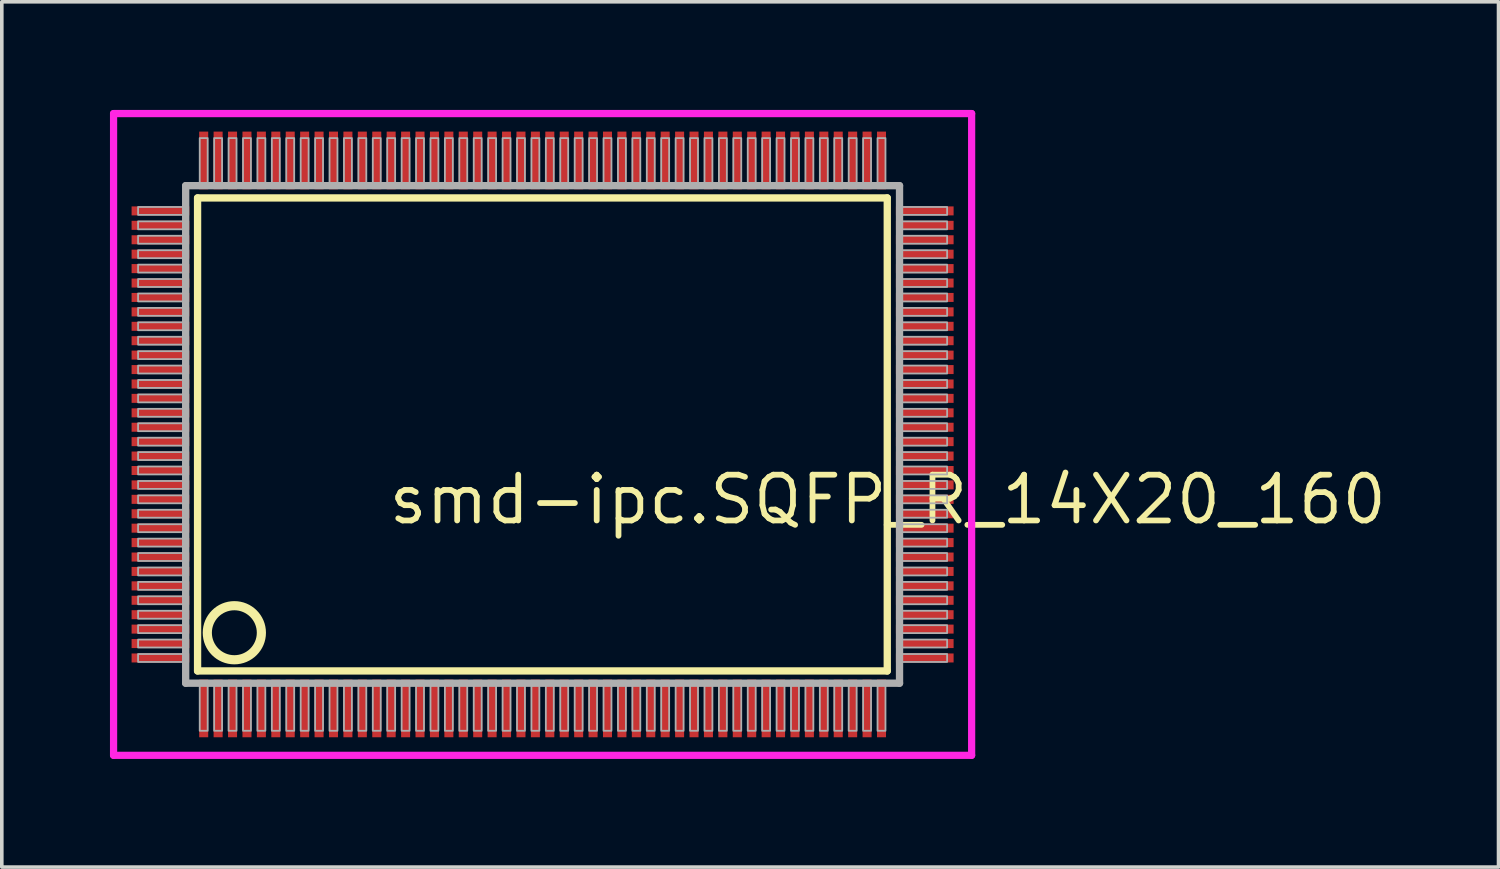
<source format=kicad_pcb>
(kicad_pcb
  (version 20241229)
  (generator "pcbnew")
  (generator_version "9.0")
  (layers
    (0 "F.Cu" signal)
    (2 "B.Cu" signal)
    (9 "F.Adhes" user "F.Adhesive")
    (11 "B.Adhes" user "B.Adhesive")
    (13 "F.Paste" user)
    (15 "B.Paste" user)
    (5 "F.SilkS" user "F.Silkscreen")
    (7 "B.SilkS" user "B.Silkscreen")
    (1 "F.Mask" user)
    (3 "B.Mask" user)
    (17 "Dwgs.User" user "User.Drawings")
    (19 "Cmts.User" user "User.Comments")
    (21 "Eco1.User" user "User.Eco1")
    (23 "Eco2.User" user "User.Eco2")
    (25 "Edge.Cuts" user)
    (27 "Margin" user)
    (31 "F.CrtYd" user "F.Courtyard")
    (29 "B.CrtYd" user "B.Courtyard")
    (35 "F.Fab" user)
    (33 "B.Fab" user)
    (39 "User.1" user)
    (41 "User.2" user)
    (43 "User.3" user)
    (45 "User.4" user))
  (footprint "smd-ipc.SQFP_R_14X20_160"
    (layer "F.Cu")
    (at 12 9)
    (property "Reference" "smd-ipc.SQFP_R_14X20_160" (at -4.35 2.55 0) (layer "F.SilkS") (effects (font (size 1.27 1.27) (thickness 0.16)) (justify left bottom)))
    (attr smd)
    (fp_line (start -9.57 -6.56) (end 9.56 -6.56) (stroke (width 0.203) (type default)) (layer "F.SilkS"))
    (fp_line (start -9.57 6.56) (end -9.57 -6.56) (stroke (width 0.203) (type default)) (layer "F.SilkS"))
    (fp_line (start 9.56 -6.56) (end 9.56 6.56) (stroke (width 0.203) (type default)) (layer "F.SilkS"))
    (fp_line (start 9.56 6.56) (end -9.57 6.56) (stroke (width 0.203) (type default)) (layer "F.SilkS"))
    (fp_circle (center -8.55 5.5) (end -7.8 5.5) (stroke (width 0.254) (type default)) (fill no) (layer "F.SilkS"))
    (fp_line (start -11.9 -8.9) (end 11.9 -8.9) (stroke (width 0.2) (type default)) (layer "F.CrtYd"))
    (fp_line (start -11.9 8.9) (end -11.9 -8.9) (stroke (width 0.2) (type default)) (layer "F.CrtYd"))
    (fp_line (start 11.9 -8.9) (end 11.9 8.9) (stroke (width 0.2) (type default)) (layer "F.CrtYd"))
    (fp_line (start 11.9 8.9) (end -11.9 8.9) (stroke (width 0.2) (type default)) (layer "F.CrtYd"))
    (fp_line (start -9.9 -6.9) (end -9.9 6.9) (stroke (width 0.203) (type default)) (layer "F.Fab"))
    (fp_line (start -9.9 6.9) (end 9.9 6.9) (stroke (width 0.203) (type default)) (layer "F.Fab"))
    (fp_line (start 9.9 -6.9) (end -9.9 -6.9) (stroke (width 0.203) (type default)) (layer "F.Fab"))
    (fp_line (start 9.9 6.9) (end 9.9 -6.9) (stroke (width 0.203) (type default)) (layer "F.Fab"))
    (fp_rect (start -11.22 -6.09) (end -9.95 -6.31) (stroke (width 0.05) (type default)) (fill no) (layer "F.Fab"))
    (fp_rect (start -11.22 -5.69) (end -9.95 -5.91) (stroke (width 0.05) (type default)) (fill no) (layer "F.Fab"))
    (fp_rect (start -11.22 -5.29) (end -9.95 -5.51) (stroke (width 0.05) (type default)) (fill no) (layer "F.Fab"))
    (fp_rect (start -11.22 -4.89) (end -9.95 -5.11) (stroke (width 0.05) (type default)) (fill no) (layer "F.Fab"))
    (fp_rect (start -11.22 -4.49) (end -9.95 -4.71) (stroke (width 0.05) (type default)) (fill no) (layer "F.Fab"))
    (fp_rect (start -11.22 -4.09) (end -9.95 -4.31) (stroke (width 0.05) (type default)) (fill no) (layer "F.Fab"))
    (fp_rect (start -11.22 -3.69) (end -9.95 -3.91) (stroke (width 0.05) (type default)) (fill no) (layer "F.Fab"))
    (fp_rect (start -11.22 -3.29) (end -9.95 -3.51) (stroke (width 0.05) (type default)) (fill no) (layer "F.Fab"))
    (fp_rect (start -11.22 -2.89) (end -9.95 -3.11) (stroke (width 0.05) (type default)) (fill no) (layer "F.Fab"))
    (fp_rect (start -11.22 -2.49) (end -9.95 -2.71) (stroke (width 0.05) (type default)) (fill no) (layer "F.Fab"))
    (fp_rect (start -11.22 -2.09) (end -9.95 -2.31) (stroke (width 0.05) (type default)) (fill no) (layer "F.Fab"))
    (fp_rect (start -11.22 -1.69) (end -9.95 -1.91) (stroke (width 0.05) (type default)) (fill no) (layer "F.Fab"))
    (fp_rect (start -11.22 -1.29) (end -9.95 -1.51) (stroke (width 0.05) (type default)) (fill no) (layer "F.Fab"))
    (fp_rect (start -11.22 -0.89) (end -9.95 -1.11) (stroke (width 0.05) (type default)) (fill no) (layer "F.Fab"))
    (fp_rect (start -11.22 -0.49) (end -9.95 -0.71) (stroke (width 0.05) (type default)) (fill no) (layer "F.Fab"))
    (fp_rect (start -11.22 -0.09) (end -9.95 -0.31) (stroke (width 0.05) (type default)) (fill no) (layer "F.Fab"))
    (fp_rect (start -11.22 0.31) (end -9.95 0.09) (stroke (width 0.05) (type default)) (fill no) (layer "F.Fab"))
    (fp_rect (start -11.22 0.71) (end -9.95 0.49) (stroke (width 0.05) (type default)) (fill no) (layer "F.Fab"))
    (fp_rect (start -11.22 1.11) (end -9.95 0.89) (stroke (width 0.05) (type default)) (fill no) (layer "F.Fab"))
    (fp_rect (start -11.22 1.51) (end -9.95 1.29) (stroke (width 0.05) (type default)) (fill no) (layer "F.Fab"))
    (fp_rect (start -11.22 1.91) (end -9.95 1.69) (stroke (width 0.05) (type default)) (fill no) (layer "F.Fab"))
    (fp_rect (start -11.22 2.31) (end -9.95 2.09) (stroke (width 0.05) (type default)) (fill no) (layer "F.Fab"))
    (fp_rect (start -11.22 2.71) (end -9.95 2.49) (stroke (width 0.05) (type default)) (fill no) (layer "F.Fab"))
    (fp_rect (start -11.22 3.11) (end -9.95 2.89) (stroke (width 0.05) (type default)) (fill no) (layer "F.Fab"))
    (fp_rect (start -11.22 3.51) (end -9.95 3.29) (stroke (width 0.05) (type default)) (fill no) (layer "F.Fab"))
    (fp_rect (start -11.22 3.91) (end -9.95 3.69) (stroke (width 0.05) (type default)) (fill no) (layer "F.Fab"))
    (fp_rect (start -11.22 4.31) (end -9.95 4.09) (stroke (width 0.05) (type default)) (fill no) (layer "F.Fab"))
    (fp_rect (start -11.22 4.71) (end -9.95 4.49) (stroke (width 0.05) (type default)) (fill no) (layer "F.Fab"))
    (fp_rect (start -11.22 5.11) (end -9.95 4.89) (stroke (width 0.05) (type default)) (fill no) (layer "F.Fab"))
    (fp_rect (start -11.22 5.51) (end -9.95 5.29) (stroke (width 0.05) (type default)) (fill no) (layer "F.Fab"))
    (fp_rect (start -11.22 5.91) (end -9.95 5.69) (stroke (width 0.05) (type default)) (fill no) (layer "F.Fab"))
    (fp_rect (start -11.22 6.31) (end -9.95 6.09) (stroke (width 0.05) (type default)) (fill no) (layer "F.Fab"))
    (fp_rect (start -9.51 -6.95) (end -9.29 -8.22) (stroke (width 0.05) (type default)) (fill no) (layer "F.Fab"))
    (fp_rect (start -9.51 8.22) (end -9.29 6.95) (stroke (width 0.05) (type default)) (fill no) (layer "F.Fab"))
    (fp_rect (start -9.11 -6.95) (end -8.89 -8.22) (stroke (width 0.05) (type default)) (fill no) (layer "F.Fab"))
    (fp_rect (start -9.11 8.22) (end -8.89 6.95) (stroke (width 0.05) (type default)) (fill no) (layer "F.Fab"))
    (fp_rect (start -8.71 -6.95) (end -8.49 -8.22) (stroke (width 0.05) (type default)) (fill no) (layer "F.Fab"))
    (fp_rect (start -8.71 8.22) (end -8.49 6.95) (stroke (width 0.05) (type default)) (fill no) (layer "F.Fab"))
    (fp_rect (start -8.31 -6.95) (end -8.09 -8.22) (stroke (width 0.05) (type default)) (fill no) (layer "F.Fab"))
    (fp_rect (start -8.31 8.22) (end -8.09 6.95) (stroke (width 0.05) (type default)) (fill no) (layer "F.Fab"))
    (fp_rect (start -7.91 -6.95) (end -7.69 -8.22) (stroke (width 0.05) (type default)) (fill no) (layer "F.Fab"))
    (fp_rect (start -7.91 8.22) (end -7.69 6.95) (stroke (width 0.05) (type default)) (fill no) (layer "F.Fab"))
    (fp_rect (start -7.51 -6.95) (end -7.29 -8.22) (stroke (width 0.05) (type default)) (fill no) (layer "F.Fab"))
    (fp_rect (start -7.51 8.22) (end -7.29 6.95) (stroke (width 0.05) (type default)) (fill no) (layer "F.Fab"))
    (fp_rect (start -7.11 -6.95) (end -6.89 -8.22) (stroke (width 0.05) (type default)) (fill no) (layer "F.Fab"))
    (fp_rect (start -7.11 8.22) (end -6.89 6.95) (stroke (width 0.05) (type default)) (fill no) (layer "F.Fab"))
    (fp_rect (start -6.71 -6.95) (end -6.49 -8.22) (stroke (width 0.05) (type default)) (fill no) (layer "F.Fab"))
    (fp_rect (start -6.71 8.22) (end -6.49 6.95) (stroke (width 0.05) (type default)) (fill no) (layer "F.Fab"))
    (fp_rect (start -6.31 -6.95) (end -6.09 -8.22) (stroke (width 0.05) (type default)) (fill no) (layer "F.Fab"))
    (fp_rect (start -6.31 8.22) (end -6.09 6.95) (stroke (width 0.05) (type default)) (fill no) (layer "F.Fab"))
    (fp_rect (start -5.91 -6.95) (end -5.69 -8.22) (stroke (width 0.05) (type default)) (fill no) (layer "F.Fab"))
    (fp_rect (start -5.91 8.22) (end -5.69 6.95) (stroke (width 0.05) (type default)) (fill no) (layer "F.Fab"))
    (fp_rect (start -5.51 -6.95) (end -5.29 -8.22) (stroke (width 0.05) (type default)) (fill no) (layer "F.Fab"))
    (fp_rect (start -5.51 8.22) (end -5.29 6.95) (stroke (width 0.05) (type default)) (fill no) (layer "F.Fab"))
    (fp_rect (start -5.11 -6.95) (end -4.89 -8.22) (stroke (width 0.05) (type default)) (fill no) (layer "F.Fab"))
    (fp_rect (start -5.11 8.22) (end -4.89 6.95) (stroke (width 0.05) (type default)) (fill no) (layer "F.Fab"))
    (fp_rect (start -4.71 -6.95) (end -4.49 -8.22) (stroke (width 0.05) (type default)) (fill no) (layer "F.Fab"))
    (fp_rect (start -4.71 8.22) (end -4.49 6.95) (stroke (width 0.05) (type default)) (fill no) (layer "F.Fab"))
    (fp_rect (start -4.31 -6.95) (end -4.09 -8.22) (stroke (width 0.05) (type default)) (fill no) (layer "F.Fab"))
    (fp_rect (start -4.31 8.22) (end -4.09 6.95) (stroke (width 0.05) (type default)) (fill no) (layer "F.Fab"))
    (fp_rect (start -3.91 -6.95) (end -3.69 -8.22) (stroke (width 0.05) (type default)) (fill no) (layer "F.Fab"))
    (fp_rect (start -3.91 8.22) (end -3.69 6.95) (stroke (width 0.05) (type default)) (fill no) (layer "F.Fab"))
    (fp_rect (start -3.51 -6.95) (end -3.29 -8.22) (stroke (width 0.05) (type default)) (fill no) (layer "F.Fab"))
    (fp_rect (start -3.51 8.22) (end -3.29 6.95) (stroke (width 0.05) (type default)) (fill no) (layer "F.Fab"))
    (fp_rect (start -3.11 -6.95) (end -2.89 -8.22) (stroke (width 0.05) (type default)) (fill no) (layer "F.Fab"))
    (fp_rect (start -3.11 8.22) (end -2.89 6.95) (stroke (width 0.05) (type default)) (fill no) (layer "F.Fab"))
    (fp_rect (start -2.71 -6.95) (end -2.49 -8.22) (stroke (width 0.05) (type default)) (fill no) (layer "F.Fab"))
    (fp_rect (start -2.71 8.22) (end -2.49 6.95) (stroke (width 0.05) (type default)) (fill no) (layer "F.Fab"))
    (fp_rect (start -2.31 -6.95) (end -2.09 -8.22) (stroke (width 0.05) (type default)) (fill no) (layer "F.Fab"))
    (fp_rect (start -2.31 8.22) (end -2.09 6.95) (stroke (width 0.05) (type default)) (fill no) (layer "F.Fab"))
    (fp_rect (start -1.91 -6.95) (end -1.69 -8.22) (stroke (width 0.05) (type default)) (fill no) (layer "F.Fab"))
    (fp_rect (start -1.91 8.22) (end -1.69 6.95) (stroke (width 0.05) (type default)) (fill no) (layer "F.Fab"))
    (fp_rect (start -1.51 -6.95) (end -1.29 -8.22) (stroke (width 0.05) (type default)) (fill no) (layer "F.Fab"))
    (fp_rect (start -1.51 8.22) (end -1.29 6.95) (stroke (width 0.05) (type default)) (fill no) (layer "F.Fab"))
    (fp_rect (start -1.11 -6.95) (end -0.89 -8.22) (stroke (width 0.05) (type default)) (fill no) (layer "F.Fab"))
    (fp_rect (start -1.11 8.22) (end -0.89 6.95) (stroke (width 0.05) (type default)) (fill no) (layer "F.Fab"))
    (fp_rect (start -0.71 -6.95) (end -0.49 -8.22) (stroke (width 0.05) (type default)) (fill no) (layer "F.Fab"))
    (fp_rect (start -0.71 8.22) (end -0.49 6.95) (stroke (width 0.05) (type default)) (fill no) (layer "F.Fab"))
    (fp_rect (start -0.31 -6.95) (end -0.09 -8.22) (stroke (width 0.05) (type default)) (fill no) (layer "F.Fab"))
    (fp_rect (start -0.31 8.22) (end -0.09 6.95) (stroke (width 0.05) (type default)) (fill no) (layer "F.Fab"))
    (fp_rect (start 0.09 -6.95) (end 0.31 -8.22) (stroke (width 0.05) (type default)) (fill no) (layer "F.Fab"))
    (fp_rect (start 0.09 8.22) (end 0.31 6.95) (stroke (width 0.05) (type default)) (fill no) (layer "F.Fab"))
    (fp_rect (start 0.49 -6.95) (end 0.71 -8.22) (stroke (width 0.05) (type default)) (fill no) (layer "F.Fab"))
    (fp_rect (start 0.49 8.22) (end 0.71 6.95) (stroke (width 0.05) (type default)) (fill no) (layer "F.Fab"))
    (fp_rect (start 0.89 -6.95) (end 1.11 -8.22) (stroke (width 0.05) (type default)) (fill no) (layer "F.Fab"))
    (fp_rect (start 0.89 8.22) (end 1.11 6.95) (stroke (width 0.05) (type default)) (fill no) (layer "F.Fab"))
    (fp_rect (start 1.29 -6.95) (end 1.51 -8.22) (stroke (width 0.05) (type default)) (fill no) (layer "F.Fab"))
    (fp_rect (start 1.29 8.22) (end 1.51 6.95) (stroke (width 0.05) (type default)) (fill no) (layer "F.Fab"))
    (fp_rect (start 1.69 -6.95) (end 1.91 -8.22) (stroke (width 0.05) (type default)) (fill no) (layer "F.Fab"))
    (fp_rect (start 1.69 8.22) (end 1.91 6.95) (stroke (width 0.05) (type default)) (fill no) (layer "F.Fab"))
    (fp_rect (start 2.09 -6.95) (end 2.31 -8.22) (stroke (width 0.05) (type default)) (fill no) (layer "F.Fab"))
    (fp_rect (start 2.09 8.22) (end 2.31 6.95) (stroke (width 0.05) (type default)) (fill no) (layer "F.Fab"))
    (fp_rect (start 2.49 -6.95) (end 2.71 -8.22) (stroke (width 0.05) (type default)) (fill no) (layer "F.Fab"))
    (fp_rect (start 2.49 8.22) (end 2.71 6.95) (stroke (width 0.05) (type default)) (fill no) (layer "F.Fab"))
    (fp_rect (start 2.89 -6.95) (end 3.11 -8.22) (stroke (width 0.05) (type default)) (fill no) (layer "F.Fab"))
    (fp_rect (start 2.89 8.22) (end 3.11 6.95) (stroke (width 0.05) (type default)) (fill no) (layer "F.Fab"))
    (fp_rect (start 3.29 -6.95) (end 3.51 -8.22) (stroke (width 0.05) (type default)) (fill no) (layer "F.Fab"))
    (fp_rect (start 3.29 8.22) (end 3.51 6.95) (stroke (width 0.05) (type default)) (fill no) (layer "F.Fab"))
    (fp_rect (start 3.69 -6.95) (end 3.91 -8.22) (stroke (width 0.05) (type default)) (fill no) (layer "F.Fab"))
    (fp_rect (start 3.69 8.22) (end 3.91 6.95) (stroke (width 0.05) (type default)) (fill no) (layer "F.Fab"))
    (fp_rect (start 4.09 -6.95) (end 4.31 -8.22) (stroke (width 0.05) (type default)) (fill no) (layer "F.Fab"))
    (fp_rect (start 4.09 8.22) (end 4.31 6.95) (stroke (width 0.05) (type default)) (fill no) (layer "F.Fab"))
    (fp_rect (start 4.49 -6.95) (end 4.71 -8.22) (stroke (width 0.05) (type default)) (fill no) (layer "F.Fab"))
    (fp_rect (start 4.49 8.22) (end 4.71 6.95) (stroke (width 0.05) (type default)) (fill no) (layer "F.Fab"))
    (fp_rect (start 4.89 -6.95) (end 5.11 -8.22) (stroke (width 0.05) (type default)) (fill no) (layer "F.Fab"))
    (fp_rect (start 4.89 8.22) (end 5.11 6.95) (stroke (width 0.05) (type default)) (fill no) (layer "F.Fab"))
    (fp_rect (start 5.29 -6.95) (end 5.51 -8.22) (stroke (width 0.05) (type default)) (fill no) (layer "F.Fab"))
    (fp_rect (start 5.29 8.22) (end 5.51 6.95) (stroke (width 0.05) (type default)) (fill no) (layer "F.Fab"))
    (fp_rect (start 5.69 -6.95) (end 5.91 -8.22) (stroke (width 0.05) (type default)) (fill no) (layer "F.Fab"))
    (fp_rect (start 5.69 8.22) (end 5.91 6.95) (stroke (width 0.05) (type default)) (fill no) (layer "F.Fab"))
    (fp_rect (start 6.09 -6.95) (end 6.31 -8.22) (stroke (width 0.05) (type default)) (fill no) (layer "F.Fab"))
    (fp_rect (start 6.09 8.22) (end 6.31 6.95) (stroke (width 0.05) (type default)) (fill no) (layer "F.Fab"))
    (fp_rect (start 6.49 -6.95) (end 6.71 -8.22) (stroke (width 0.05) (type default)) (fill no) (layer "F.Fab"))
    (fp_rect (start 6.49 8.22) (end 6.71 6.95) (stroke (width 0.05) (type default)) (fill no) (layer "F.Fab"))
    (fp_rect (start 6.89 -6.95) (end 7.11 -8.22) (stroke (width 0.05) (type default)) (fill no) (layer "F.Fab"))
    (fp_rect (start 6.89 8.22) (end 7.11 6.95) (stroke (width 0.05) (type default)) (fill no) (layer "F.Fab"))
    (fp_rect (start 7.29 -6.95) (end 7.51 -8.22) (stroke (width 0.05) (type default)) (fill no) (layer "F.Fab"))
    (fp_rect (start 7.29 8.22) (end 7.51 6.95) (stroke (width 0.05) (type default)) (fill no) (layer "F.Fab"))
    (fp_rect (start 7.69 -6.95) (end 7.91 -8.22) (stroke (width 0.05) (type default)) (fill no) (layer "F.Fab"))
    (fp_rect (start 7.69 8.22) (end 7.91 6.95) (stroke (width 0.05) (type default)) (fill no) (layer "F.Fab"))
    (fp_rect (start 8.09 -6.95) (end 8.31 -8.22) (stroke (width 0.05) (type default)) (fill no) (layer "F.Fab"))
    (fp_rect (start 8.09 8.22) (end 8.31 6.95) (stroke (width 0.05) (type default)) (fill no) (layer "F.Fab"))
    (fp_rect (start 8.49 -6.95) (end 8.71 -8.22) (stroke (width 0.05) (type default)) (fill no) (layer "F.Fab"))
    (fp_rect (start 8.49 8.22) (end 8.71 6.95) (stroke (width 0.05) (type default)) (fill no) (layer "F.Fab"))
    (fp_rect (start 8.89 -6.95) (end 9.11 -8.22) (stroke (width 0.05) (type default)) (fill no) (layer "F.Fab"))
    (fp_rect (start 8.89 8.22) (end 9.11 6.95) (stroke (width 0.05) (type default)) (fill no) (layer "F.Fab"))
    (fp_rect (start 9.29 -6.95) (end 9.51 -8.22) (stroke (width 0.05) (type default)) (fill no) (layer "F.Fab"))
    (fp_rect (start 9.29 8.22) (end 9.51 6.95) (stroke (width 0.05) (type default)) (fill no) (layer "F.Fab"))
    (fp_rect (start 9.95 -6.09) (end 11.22 -6.31) (stroke (width 0.05) (type default)) (fill no) (layer "F.Fab"))
    (fp_rect (start 9.95 -5.69) (end 11.22 -5.91) (stroke (width 0.05) (type default)) (fill no) (layer "F.Fab"))
    (fp_rect (start 9.95 -5.29) (end 11.22 -5.51) (stroke (width 0.05) (type default)) (fill no) (layer "F.Fab"))
    (fp_rect (start 9.95 -4.89) (end 11.22 -5.11) (stroke (width 0.05) (type default)) (fill no) (layer "F.Fab"))
    (fp_rect (start 9.95 -4.49) (end 11.22 -4.71) (stroke (width 0.05) (type default)) (fill no) (layer "F.Fab"))
    (fp_rect (start 9.95 -4.09) (end 11.22 -4.31) (stroke (width 0.05) (type default)) (fill no) (layer "F.Fab"))
    (fp_rect (start 9.95 -3.69) (end 11.22 -3.91) (stroke (width 0.05) (type default)) (fill no) (layer "F.Fab"))
    (fp_rect (start 9.95 -3.29) (end 11.22 -3.51) (stroke (width 0.05) (type default)) (fill no) (layer "F.Fab"))
    (fp_rect (start 9.95 -2.89) (end 11.22 -3.11) (stroke (width 0.05) (type default)) (fill no) (layer "F.Fab"))
    (fp_rect (start 9.95 -2.49) (end 11.22 -2.71) (stroke (width 0.05) (type default)) (fill no) (layer "F.Fab"))
    (fp_rect (start 9.95 -2.09) (end 11.22 -2.31) (stroke (width 0.05) (type default)) (fill no) (layer "F.Fab"))
    (fp_rect (start 9.95 -1.69) (end 11.22 -1.91) (stroke (width 0.05) (type default)) (fill no) (layer "F.Fab"))
    (fp_rect (start 9.95 -1.29) (end 11.22 -1.51) (stroke (width 0.05) (type default)) (fill no) (layer "F.Fab"))
    (fp_rect (start 9.95 -0.89) (end 11.22 -1.11) (stroke (width 0.05) (type default)) (fill no) (layer "F.Fab"))
    (fp_rect (start 9.95 -0.49) (end 11.22 -0.71) (stroke (width 0.05) (type default)) (fill no) (layer "F.Fab"))
    (fp_rect (start 9.95 -0.09) (end 11.22 -0.31) (stroke (width 0.05) (type default)) (fill no) (layer "F.Fab"))
    (fp_rect (start 9.95 0.31) (end 11.22 0.09) (stroke (width 0.05) (type default)) (fill no) (layer "F.Fab"))
    (fp_rect (start 9.95 0.71) (end 11.22 0.49) (stroke (width 0.05) (type default)) (fill no) (layer "F.Fab"))
    (fp_rect (start 9.95 1.11) (end 11.22 0.89) (stroke (width 0.05) (type default)) (fill no) (layer "F.Fab"))
    (fp_rect (start 9.95 1.51) (end 11.22 1.29) (stroke (width 0.05) (type default)) (fill no) (layer "F.Fab"))
    (fp_rect (start 9.95 1.91) (end 11.22 1.69) (stroke (width 0.05) (type default)) (fill no) (layer "F.Fab"))
    (fp_rect (start 9.95 2.31) (end 11.22 2.09) (stroke (width 0.05) (type default)) (fill no) (layer "F.Fab"))
    (fp_rect (start 9.95 2.71) (end 11.22 2.49) (stroke (width 0.05) (type default)) (fill no) (layer "F.Fab"))
    (fp_rect (start 9.95 3.11) (end 11.22 2.89) (stroke (width 0.05) (type default)) (fill no) (layer "F.Fab"))
    (fp_rect (start 9.95 3.51) (end 11.22 3.29) (stroke (width 0.05) (type default)) (fill no) (layer "F.Fab"))
    (fp_rect (start 9.95 3.91) (end 11.22 3.69) (stroke (width 0.05) (type default)) (fill no) (layer "F.Fab"))
    (fp_rect (start 9.95 4.31) (end 11.22 4.09) (stroke (width 0.05) (type default)) (fill no) (layer "F.Fab"))
    (fp_rect (start 9.95 4.71) (end 11.22 4.49) (stroke (width 0.05) (type default)) (fill no) (layer "F.Fab"))
    (fp_rect (start 9.95 5.11) (end 11.22 4.89) (stroke (width 0.05) (type default)) (fill no) (layer "F.Fab"))
    (fp_rect (start 9.95 5.51) (end 11.22 5.29) (stroke (width 0.05) (type default)) (fill no) (layer "F.Fab"))
    (fp_rect (start 9.95 5.91) (end 11.22 5.69) (stroke (width 0.05) (type default)) (fill no) (layer "F.Fab"))
    (fp_rect (start 9.95 6.31) (end 11.22 6.09) (stroke (width 0.05) (type default)) (fill no) (layer "F.Fab"))
    (pad "1" smd roundrect (at -9.4 7.6) (size 0.25 1.6) (layers "F.Cu" "F.Mask" "F.Paste") (roundrect_rratio 0.01))
    (pad "2" smd roundrect (at -9 7.6) (size 0.25 1.6) (layers "F.Cu" "F.Mask" "F.Paste") (roundrect_rratio 0.01))
    (pad "3" smd roundrect (at -8.6 7.6) (size 0.25 1.6) (layers "F.Cu" "F.Mask" "F.Paste") (roundrect_rratio 0.01))
    (pad "4" smd roundrect (at -8.2 7.6) (size 0.25 1.6) (layers "F.Cu" "F.Mask" "F.Paste") (roundrect_rratio 0.01))
    (pad "5" smd roundrect (at -7.8 7.6) (size 0.25 1.6) (layers "F.Cu" "F.Mask" "F.Paste") (roundrect_rratio 0.01))
    (pad "6" smd roundrect (at -7.4 7.6) (size 0.25 1.6) (layers "F.Cu" "F.Mask" "F.Paste") (roundrect_rratio 0.01))
    (pad "7" smd roundrect (at -7 7.6) (size 0.25 1.6) (layers "F.Cu" "F.Mask" "F.Paste") (roundrect_rratio 0.01))
    (pad "8" smd roundrect (at -6.6 7.6) (size 0.25 1.6) (layers "F.Cu" "F.Mask" "F.Paste") (roundrect_rratio 0.01))
    (pad "9" smd roundrect (at -6.2 7.6) (size 0.25 1.6) (layers "F.Cu" "F.Mask" "F.Paste") (roundrect_rratio 0.01))
    (pad "10" smd roundrect (at -5.8 7.6) (size 0.25 1.6) (layers "F.Cu" "F.Mask" "F.Paste") (roundrect_rratio 0.01))
    (pad "11" smd roundrect (at -5.4 7.6) (size 0.25 1.6) (layers "F.Cu" "F.Mask" "F.Paste") (roundrect_rratio 0.01))
    (pad "12" smd roundrect (at -5 7.6) (size 0.25 1.6) (layers "F.Cu" "F.Mask" "F.Paste") (roundrect_rratio 0.01))
    (pad "13" smd roundrect (at -4.6 7.6) (size 0.25 1.6) (layers "F.Cu" "F.Mask" "F.Paste") (roundrect_rratio 0.01))
    (pad "14" smd roundrect (at -4.2 7.6) (size 0.25 1.6) (layers "F.Cu" "F.Mask" "F.Paste") (roundrect_rratio 0.01))
    (pad "15" smd roundrect (at -3.8 7.6) (size 0.25 1.6) (layers "F.Cu" "F.Mask" "F.Paste") (roundrect_rratio 0.01))
    (pad "16" smd roundrect (at -3.4 7.6) (size 0.25 1.6) (layers "F.Cu" "F.Mask" "F.Paste") (roundrect_rratio 0.01))
    (pad "17" smd roundrect (at -3 7.6) (size 0.25 1.6) (layers "F.Cu" "F.Mask" "F.Paste") (roundrect_rratio 0.01))
    (pad "18" smd roundrect (at -2.6 7.6) (size 0.25 1.6) (layers "F.Cu" "F.Mask" "F.Paste") (roundrect_rratio 0.01))
    (pad "19" smd roundrect (at -2.2 7.6) (size 0.25 1.6) (layers "F.Cu" "F.Mask" "F.Paste") (roundrect_rratio 0.01))
    (pad "20" smd roundrect (at -1.8 7.6) (size 0.25 1.6) (layers "F.Cu" "F.Mask" "F.Paste") (roundrect_rratio 0.01))
    (pad "21" smd roundrect (at -1.4 7.6) (size 0.25 1.6) (layers "F.Cu" "F.Mask" "F.Paste") (roundrect_rratio 0.01))
    (pad "22" smd roundrect (at -1 7.6) (size 0.25 1.6) (layers "F.Cu" "F.Mask" "F.Paste") (roundrect_rratio 0.01))
    (pad "23" smd roundrect (at -0.6 7.6) (size 0.25 1.6) (layers "F.Cu" "F.Mask" "F.Paste") (roundrect_rratio 0.01))
    (pad "24" smd roundrect (at -0.2 7.6) (size 0.25 1.6) (layers "F.Cu" "F.Mask" "F.Paste") (roundrect_rratio 0.01))
    (pad "25" smd roundrect (at 0.2 7.6) (size 0.25 1.6) (layers "F.Cu" "F.Mask" "F.Paste") (roundrect_rratio 0.01))
    (pad "26" smd roundrect (at 0.6 7.6) (size 0.25 1.6) (layers "F.Cu" "F.Mask" "F.Paste") (roundrect_rratio 0.01))
    (pad "27" smd roundrect (at 1 7.6) (size 0.25 1.6) (layers "F.Cu" "F.Mask" "F.Paste") (roundrect_rratio 0.01))
    (pad "28" smd roundrect (at 1.4 7.6) (size 0.25 1.6) (layers "F.Cu" "F.Mask" "F.Paste") (roundrect_rratio 0.01))
    (pad "29" smd roundrect (at 1.8 7.6) (size 0.25 1.6) (layers "F.Cu" "F.Mask" "F.Paste") (roundrect_rratio 0.01))
    (pad "30" smd roundrect (at 2.2 7.6) (size 0.25 1.6) (layers "F.Cu" "F.Mask" "F.Paste") (roundrect_rratio 0.01))
    (pad "31" smd roundrect (at 2.6 7.6) (size 0.25 1.6) (layers "F.Cu" "F.Mask" "F.Paste") (roundrect_rratio 0.01))
    (pad "32" smd roundrect (at 3 7.6) (size 0.25 1.6) (layers "F.Cu" "F.Mask" "F.Paste") (roundrect_rratio 0.01))
    (pad "33" smd roundrect (at 3.4 7.6) (size 0.25 1.6) (layers "F.Cu" "F.Mask" "F.Paste") (roundrect_rratio 0.01))
    (pad "34" smd roundrect (at 3.8 7.6) (size 0.25 1.6) (layers "F.Cu" "F.Mask" "F.Paste") (roundrect_rratio 0.01))
    (pad "35" smd roundrect (at 4.2 7.6) (size 0.25 1.6) (layers "F.Cu" "F.Mask" "F.Paste") (roundrect_rratio 0.01))
    (pad "36" smd roundrect (at 4.6 7.6) (size 0.25 1.6) (layers "F.Cu" "F.Mask" "F.Paste") (roundrect_rratio 0.01))
    (pad "37" smd roundrect (at 5 7.6) (size 0.25 1.6) (layers "F.Cu" "F.Mask" "F.Paste") (roundrect_rratio 0.01))
    (pad "38" smd roundrect (at 5.4 7.6) (size 0.25 1.6) (layers "F.Cu" "F.Mask" "F.Paste") (roundrect_rratio 0.01))
    (pad "39" smd roundrect (at 5.8 7.6) (size 0.25 1.6) (layers "F.Cu" "F.Mask" "F.Paste") (roundrect_rratio 0.01))
    (pad "40" smd roundrect (at 6.2 7.6) (size 0.25 1.6) (layers "F.Cu" "F.Mask" "F.Paste") (roundrect_rratio 0.01))
    (pad "41" smd roundrect (at 6.6 7.6) (size 0.25 1.6) (layers "F.Cu" "F.Mask" "F.Paste") (roundrect_rratio 0.01))
    (pad "42" smd roundrect (at 7 7.6) (size 0.25 1.6) (layers "F.Cu" "F.Mask" "F.Paste") (roundrect_rratio 0.01))
    (pad "43" smd roundrect (at 7.4 7.6) (size 0.25 1.6) (layers "F.Cu" "F.Mask" "F.Paste") (roundrect_rratio 0.01))
    (pad "44" smd roundrect (at 7.8 7.6) (size 0.25 1.6) (layers "F.Cu" "F.Mask" "F.Paste") (roundrect_rratio 0.01))
    (pad "45" smd roundrect (at 8.2 7.6) (size 0.25 1.6) (layers "F.Cu" "F.Mask" "F.Paste") (roundrect_rratio 0.01))
    (pad "46" smd roundrect (at 8.6 7.6) (size 0.25 1.6) (layers "F.Cu" "F.Mask" "F.Paste") (roundrect_rratio 0.01))
    (pad "47" smd roundrect (at 9 7.6) (size 0.25 1.6) (layers "F.Cu" "F.Mask" "F.Paste") (roundrect_rratio 0.01))
    (pad "48" smd roundrect (at 9.4 7.6) (size 0.25 1.6) (layers "F.Cu" "F.Mask" "F.Paste") (roundrect_rratio 0.01))
    (pad "49" smd roundrect (at 10.6 6.2) (size 1.6 0.25) (layers "F.Cu" "F.Mask" "F.Paste") (roundrect_rratio 0.01))
    (pad "50" smd roundrect (at 10.6 5.8) (size 1.6 0.25) (layers "F.Cu" "F.Mask" "F.Paste") (roundrect_rratio 0.01))
    (pad "51" smd roundrect (at 10.6 5.4) (size 1.6 0.25) (layers "F.Cu" "F.Mask" "F.Paste") (roundrect_rratio 0.01))
    (pad "52" smd roundrect (at 10.6 5) (size 1.6 0.25) (layers "F.Cu" "F.Mask" "F.Paste") (roundrect_rratio 0.01))
    (pad "53" smd roundrect (at 10.6 4.6) (size 1.6 0.25) (layers "F.Cu" "F.Mask" "F.Paste") (roundrect_rratio 0.01))
    (pad "54" smd roundrect (at 10.6 4.2) (size 1.6 0.25) (layers "F.Cu" "F.Mask" "F.Paste") (roundrect_rratio 0.01))
    (pad "55" smd roundrect (at 10.6 3.8) (size 1.6 0.25) (layers "F.Cu" "F.Mask" "F.Paste") (roundrect_rratio 0.01))
    (pad "56" smd roundrect (at 10.6 3.4) (size 1.6 0.25) (layers "F.Cu" "F.Mask" "F.Paste") (roundrect_rratio 0.01))
    (pad "57" smd roundrect (at 10.6 3) (size 1.6 0.25) (layers "F.Cu" "F.Mask" "F.Paste") (roundrect_rratio 0.01))
    (pad "58" smd roundrect (at 10.6 2.6) (size 1.6 0.25) (layers "F.Cu" "F.Mask" "F.Paste") (roundrect_rratio 0.01))
    (pad "59" smd roundrect (at 10.6 2.2) (size 1.6 0.25) (layers "F.Cu" "F.Mask" "F.Paste") (roundrect_rratio 0.01))
    (pad "60" smd roundrect (at 10.6 1.8) (size 1.6 0.25) (layers "F.Cu" "F.Mask" "F.Paste") (roundrect_rratio 0.01))
    (pad "61" smd roundrect (at 10.6 1.4) (size 1.6 0.25) (layers "F.Cu" "F.Mask" "F.Paste") (roundrect_rratio 0.01))
    (pad "62" smd roundrect (at 10.6 1) (size 1.6 0.25) (layers "F.Cu" "F.Mask" "F.Paste") (roundrect_rratio 0.01))
    (pad "63" smd roundrect (at 10.6 0.6) (size 1.6 0.25) (layers "F.Cu" "F.Mask" "F.Paste") (roundrect_rratio 0.01))
    (pad "64" smd roundrect (at 10.6 0.2) (size 1.6 0.25) (layers "F.Cu" "F.Mask" "F.Paste") (roundrect_rratio 0.01))
    (pad "65" smd roundrect (at 10.6 -0.2) (size 1.6 0.25) (layers "F.Cu" "F.Mask" "F.Paste") (roundrect_rratio 0.01))
    (pad "66" smd roundrect (at 10.6 -0.6) (size 1.6 0.25) (layers "F.Cu" "F.Mask" "F.Paste") (roundrect_rratio 0.01))
    (pad "67" smd roundrect (at 10.6 -1) (size 1.6 0.25) (layers "F.Cu" "F.Mask" "F.Paste") (roundrect_rratio 0.01))
    (pad "68" smd roundrect (at 10.6 -1.4) (size 1.6 0.25) (layers "F.Cu" "F.Mask" "F.Paste") (roundrect_rratio 0.01))
    (pad "69" smd roundrect (at 10.6 -1.8) (size 1.6 0.25) (layers "F.Cu" "F.Mask" "F.Paste") (roundrect_rratio 0.01))
    (pad "70" smd roundrect (at 10.6 -2.2) (size 1.6 0.25) (layers "F.Cu" "F.Mask" "F.Paste") (roundrect_rratio 0.01))
    (pad "71" smd roundrect (at 10.6 -2.6) (size 1.6 0.25) (layers "F.Cu" "F.Mask" "F.Paste") (roundrect_rratio 0.01))
    (pad "72" smd roundrect (at 10.6 -3) (size 1.6 0.25) (layers "F.Cu" "F.Mask" "F.Paste") (roundrect_rratio 0.01))
    (pad "73" smd roundrect (at 10.6 -3.4) (size 1.6 0.25) (layers "F.Cu" "F.Mask" "F.Paste") (roundrect_rratio 0.01))
    (pad "74" smd roundrect (at 10.6 -3.8) (size 1.6 0.25) (layers "F.Cu" "F.Mask" "F.Paste") (roundrect_rratio 0.01))
    (pad "75" smd roundrect (at 10.6 -4.2) (size 1.6 0.25) (layers "F.Cu" "F.Mask" "F.Paste") (roundrect_rratio 0.01))
    (pad "76" smd roundrect (at 10.6 -4.6) (size 1.6 0.25) (layers "F.Cu" "F.Mask" "F.Paste") (roundrect_rratio 0.01))
    (pad "77" smd roundrect (at 10.6 -5) (size 1.6 0.25) (layers "F.Cu" "F.Mask" "F.Paste") (roundrect_rratio 0.01))
    (pad "78" smd roundrect (at 10.6 -5.4) (size 1.6 0.25) (layers "F.Cu" "F.Mask" "F.Paste") (roundrect_rratio 0.01))
    (pad "79" smd roundrect (at 10.6 -5.8) (size 1.6 0.25) (layers "F.Cu" "F.Mask" "F.Paste") (roundrect_rratio 0.01))
    (pad "80" smd roundrect (at 10.6 -6.2) (size 1.6 0.25) (layers "F.Cu" "F.Mask" "F.Paste") (roundrect_rratio 0.01))
    (pad "81" smd roundrect (at 9.4 -7.6) (size 0.25 1.6) (layers "F.Cu" "F.Mask" "F.Paste") (roundrect_rratio 0.01))
    (pad "82" smd roundrect (at 9 -7.6) (size 0.25 1.6) (layers "F.Cu" "F.Mask" "F.Paste") (roundrect_rratio 0.01))
    (pad "83" smd roundrect (at 8.6 -7.6) (size 0.25 1.6) (layers "F.Cu" "F.Mask" "F.Paste") (roundrect_rratio 0.01))
    (pad "84" smd roundrect (at 8.2 -7.6) (size 0.25 1.6) (layers "F.Cu" "F.Mask" "F.Paste") (roundrect_rratio 0.01))
    (pad "85" smd roundrect (at 7.8 -7.6) (size 0.25 1.6) (layers "F.Cu" "F.Mask" "F.Paste") (roundrect_rratio 0.01))
    (pad "86" smd roundrect (at 7.4 -7.6) (size 0.25 1.6) (layers "F.Cu" "F.Mask" "F.Paste") (roundrect_rratio 0.01))
    (pad "87" smd roundrect (at 7 -7.6) (size 0.25 1.6) (layers "F.Cu" "F.Mask" "F.Paste") (roundrect_rratio 0.01))
    (pad "88" smd roundrect (at 6.6 -7.6) (size 0.25 1.6) (layers "F.Cu" "F.Mask" "F.Paste") (roundrect_rratio 0.01))
    (pad "89" smd roundrect (at 6.2 -7.6) (size 0.25 1.6) (layers "F.Cu" "F.Mask" "F.Paste") (roundrect_rratio 0.01))
    (pad "90" smd roundrect (at 5.8 -7.6) (size 0.25 1.6) (layers "F.Cu" "F.Mask" "F.Paste") (roundrect_rratio 0.01))
    (pad "91" smd roundrect (at 5.4 -7.6) (size 0.25 1.6) (layers "F.Cu" "F.Mask" "F.Paste") (roundrect_rratio 0.01))
    (pad "92" smd roundrect (at 5 -7.6) (size 0.25 1.6) (layers "F.Cu" "F.Mask" "F.Paste") (roundrect_rratio 0.01))
    (pad "93" smd roundrect (at 4.6 -7.6) (size 0.25 1.6) (layers "F.Cu" "F.Mask" "F.Paste") (roundrect_rratio 0.01))
    (pad "94" smd roundrect (at 4.2 -7.6) (size 0.25 1.6) (layers "F.Cu" "F.Mask" "F.Paste") (roundrect_rratio 0.01))
    (pad "95" smd roundrect (at 3.8 -7.6) (size 0.25 1.6) (layers "F.Cu" "F.Mask" "F.Paste") (roundrect_rratio 0.01))
    (pad "96" smd roundrect (at 3.4 -7.6) (size 0.25 1.6) (layers "F.Cu" "F.Mask" "F.Paste") (roundrect_rratio 0.01))
    (pad "97" smd roundrect (at 3 -7.6) (size 0.25 1.6) (layers "F.Cu" "F.Mask" "F.Paste") (roundrect_rratio 0.01))
    (pad "98" smd roundrect (at 2.6 -7.6) (size 0.25 1.6) (layers "F.Cu" "F.Mask" "F.Paste") (roundrect_rratio 0.01))
    (pad "99" smd roundrect (at 2.2 -7.6) (size 0.25 1.6) (layers "F.Cu" "F.Mask" "F.Paste") (roundrect_rratio 0.01))
    (pad "100" smd roundrect (at 1.8 -7.6) (size 0.25 1.6) (layers "F.Cu" "F.Mask" "F.Paste") (roundrect_rratio 0.01))
    (pad "101" smd roundrect (at 1.4 -7.6) (size 0.25 1.6) (layers "F.Cu" "F.Mask" "F.Paste") (roundrect_rratio 0.01))
    (pad "102" smd roundrect (at 1 -7.6) (size 0.25 1.6) (layers "F.Cu" "F.Mask" "F.Paste") (roundrect_rratio 0.01))
    (pad "103" smd roundrect (at 0.6 -7.6) (size 0.25 1.6) (layers "F.Cu" "F.Mask" "F.Paste") (roundrect_rratio 0.01))
    (pad "104" smd roundrect (at 0.2 -7.6) (size 0.25 1.6) (layers "F.Cu" "F.Mask" "F.Paste") (roundrect_rratio 0.01))
    (pad "105" smd roundrect (at -0.2 -7.6) (size 0.25 1.6) (layers "F.Cu" "F.Mask" "F.Paste") (roundrect_rratio 0.01))
    (pad "106" smd roundrect (at -0.6 -7.6) (size 0.25 1.6) (layers "F.Cu" "F.Mask" "F.Paste") (roundrect_rratio 0.01))
    (pad "107" smd roundrect (at -1 -7.6) (size 0.25 1.6) (layers "F.Cu" "F.Mask" "F.Paste") (roundrect_rratio 0.01))
    (pad "108" smd roundrect (at -1.4 -7.6) (size 0.25 1.6) (layers "F.Cu" "F.Mask" "F.Paste") (roundrect_rratio 0.01))
    (pad "109" smd roundrect (at -1.8 -7.6) (size 0.25 1.6) (layers "F.Cu" "F.Mask" "F.Paste") (roundrect_rratio 0.01))
    (pad "110" smd roundrect (at -2.2 -7.6) (size 0.25 1.6) (layers "F.Cu" "F.Mask" "F.Paste") (roundrect_rratio 0.01))
    (pad "111" smd roundrect (at -2.6 -7.6) (size 0.25 1.6) (layers "F.Cu" "F.Mask" "F.Paste") (roundrect_rratio 0.01))
    (pad "112" smd roundrect (at -3 -7.6) (size 0.25 1.6) (layers "F.Cu" "F.Mask" "F.Paste") (roundrect_rratio 0.01))
    (pad "113" smd roundrect (at -3.4 -7.6) (size 0.25 1.6) (layers "F.Cu" "F.Mask" "F.Paste") (roundrect_rratio 0.01))
    (pad "114" smd roundrect (at -3.8 -7.6) (size 0.25 1.6) (layers "F.Cu" "F.Mask" "F.Paste") (roundrect_rratio 0.01))
    (pad "115" smd roundrect (at -4.2 -7.6) (size 0.25 1.6) (layers "F.Cu" "F.Mask" "F.Paste") (roundrect_rratio 0.01))
    (pad "116" smd roundrect (at -4.6 -7.6) (size 0.25 1.6) (layers "F.Cu" "F.Mask" "F.Paste") (roundrect_rratio 0.01))
    (pad "117" smd roundrect (at -5 -7.6) (size 0.25 1.6) (layers "F.Cu" "F.Mask" "F.Paste") (roundrect_rratio 0.01))
    (pad "118" smd roundrect (at -5.4 -7.6) (size 0.25 1.6) (layers "F.Cu" "F.Mask" "F.Paste") (roundrect_rratio 0.01))
    (pad "119" smd roundrect (at -5.8 -7.6) (size 0.25 1.6) (layers "F.Cu" "F.Mask" "F.Paste") (roundrect_rratio 0.01))
    (pad "120" smd roundrect (at -6.2 -7.6) (size 0.25 1.6) (layers "F.Cu" "F.Mask" "F.Paste") (roundrect_rratio 0.01))
    (pad "121" smd roundrect (at -6.6 -7.6) (size 0.25 1.6) (layers "F.Cu" "F.Mask" "F.Paste") (roundrect_rratio 0.01))
    (pad "122" smd roundrect (at -7 -7.6) (size 0.25 1.6) (layers "F.Cu" "F.Mask" "F.Paste") (roundrect_rratio 0.01))
    (pad "123" smd roundrect (at -7.4 -7.6) (size 0.25 1.6) (layers "F.Cu" "F.Mask" "F.Paste") (roundrect_rratio 0.01))
    (pad "124" smd roundrect (at -7.8 -7.6) (size 0.25 1.6) (layers "F.Cu" "F.Mask" "F.Paste") (roundrect_rratio 0.01))
    (pad "125" smd roundrect (at -8.2 -7.6) (size 0.25 1.6) (layers "F.Cu" "F.Mask" "F.Paste") (roundrect_rratio 0.01))
    (pad "126" smd roundrect (at -8.6 -7.6) (size 0.25 1.6) (layers "F.Cu" "F.Mask" "F.Paste") (roundrect_rratio 0.01))
    (pad "127" smd roundrect (at -9 -7.6) (size 0.25 1.6) (layers "F.Cu" "F.Mask" "F.Paste") (roundrect_rratio 0.01))
    (pad "128" smd roundrect (at -9.4 -7.6) (size 0.25 1.6) (layers "F.Cu" "F.Mask" "F.Paste") (roundrect_rratio 0.01))
    (pad "129" smd roundrect (at -10.6 -6.2) (size 1.6 0.25) (layers "F.Cu" "F.Mask" "F.Paste") (roundrect_rratio 0.01))
    (pad "130" smd roundrect (at -10.6 -5.8) (size 1.6 0.25) (layers "F.Cu" "F.Mask" "F.Paste") (roundrect_rratio 0.01))
    (pad "131" smd roundrect (at -10.6 -5.4) (size 1.6 0.25) (layers "F.Cu" "F.Mask" "F.Paste") (roundrect_rratio 0.01))
    (pad "132" smd roundrect (at -10.6 -5) (size 1.6 0.25) (layers "F.Cu" "F.Mask" "F.Paste") (roundrect_rratio 0.01))
    (pad "133" smd roundrect (at -10.6 -4.6) (size 1.6 0.25) (layers "F.Cu" "F.Mask" "F.Paste") (roundrect_rratio 0.01))
    (pad "134" smd roundrect (at -10.6 -4.2) (size 1.6 0.25) (layers "F.Cu" "F.Mask" "F.Paste") (roundrect_rratio 0.01))
    (pad "135" smd roundrect (at -10.6 -3.8) (size 1.6 0.25) (layers "F.Cu" "F.Mask" "F.Paste") (roundrect_rratio 0.01))
    (pad "136" smd roundrect (at -10.6 -3.4) (size 1.6 0.25) (layers "F.Cu" "F.Mask" "F.Paste") (roundrect_rratio 0.01))
    (pad "137" smd roundrect (at -10.6 -3) (size 1.6 0.25) (layers "F.Cu" "F.Mask" "F.Paste") (roundrect_rratio 0.01))
    (pad "138" smd roundrect (at -10.6 -2.6) (size 1.6 0.25) (layers "F.Cu" "F.Mask" "F.Paste") (roundrect_rratio 0.01))
    (pad "139" smd roundrect (at -10.6 -2.2) (size 1.6 0.25) (layers "F.Cu" "F.Mask" "F.Paste") (roundrect_rratio 0.01))
    (pad "140" smd roundrect (at -10.6 -1.8) (size 1.6 0.25) (layers "F.Cu" "F.Mask" "F.Paste") (roundrect_rratio 0.01))
    (pad "141" smd roundrect (at -10.6 -1.4) (size 1.6 0.25) (layers "F.Cu" "F.Mask" "F.Paste") (roundrect_rratio 0.01))
    (pad "142" smd roundrect (at -10.6 -1) (size 1.6 0.25) (layers "F.Cu" "F.Mask" "F.Paste") (roundrect_rratio 0.01))
    (pad "143" smd roundrect (at -10.6 -0.6) (size 1.6 0.25) (layers "F.Cu" "F.Mask" "F.Paste") (roundrect_rratio 0.01))
    (pad "144" smd roundrect (at -10.6 -0.2) (size 1.6 0.25) (layers "F.Cu" "F.Mask" "F.Paste") (roundrect_rratio 0.01))
    (pad "145" smd roundrect (at -10.6 0.2) (size 1.6 0.25) (layers "F.Cu" "F.Mask" "F.Paste") (roundrect_rratio 0.01))
    (pad "146" smd roundrect (at -10.6 0.6) (size 1.6 0.25) (layers "F.Cu" "F.Mask" "F.Paste") (roundrect_rratio 0.01))
    (pad "147" smd roundrect (at -10.6 1) (size 1.6 0.25) (layers "F.Cu" "F.Mask" "F.Paste") (roundrect_rratio 0.01))
    (pad "148" smd roundrect (at -10.6 1.4) (size 1.6 0.25) (layers "F.Cu" "F.Mask" "F.Paste") (roundrect_rratio 0.01))
    (pad "149" smd roundrect (at -10.6 1.8) (size 1.6 0.25) (layers "F.Cu" "F.Mask" "F.Paste") (roundrect_rratio 0.01))
    (pad "150" smd roundrect (at -10.6 2.2) (size 1.6 0.25) (layers "F.Cu" "F.Mask" "F.Paste") (roundrect_rratio 0.01))
    (pad "151" smd roundrect (at -10.6 2.6) (size 1.6 0.25) (layers "F.Cu" "F.Mask" "F.Paste") (roundrect_rratio 0.01))
    (pad "152" smd roundrect (at -10.6 3) (size 1.6 0.25) (layers "F.Cu" "F.Mask" "F.Paste") (roundrect_rratio 0.01))
    (pad "153" smd roundrect (at -10.6 3.4) (size 1.6 0.25) (layers "F.Cu" "F.Mask" "F.Paste") (roundrect_rratio 0.01))
    (pad "154" smd roundrect (at -10.6 3.8) (size 1.6 0.25) (layers "F.Cu" "F.Mask" "F.Paste") (roundrect_rratio 0.01))
    (pad "155" smd roundrect (at -10.6 4.2) (size 1.6 0.25) (layers "F.Cu" "F.Mask" "F.Paste") (roundrect_rratio 0.01))
    (pad "156" smd roundrect (at -10.6 4.6) (size 1.6 0.25) (layers "F.Cu" "F.Mask" "F.Paste") (roundrect_rratio 0.01))
    (pad "157" smd roundrect (at -10.6 5) (size 1.6 0.25) (layers "F.Cu" "F.Mask" "F.Paste") (roundrect_rratio 0.01))
    (pad "158" smd roundrect (at -10.6 5.4) (size 1.6 0.25) (layers "F.Cu" "F.Mask" "F.Paste") (roundrect_rratio 0.01))
    (pad "159" smd roundrect (at -10.6 5.8) (size 1.6 0.25) (layers "F.Cu" "F.Mask" "F.Paste") (roundrect_rratio 0.01))
    (pad "160" smd roundrect (at -10.6 6.2) (size 1.6 0.25) (layers "F.Cu" "F.Mask" "F.Paste") (roundrect_rratio 0.01)))
  (gr_rect
    (start -3 -3)
    (end 38.514 21)
    (stroke (width 0.1) (type default))
    (fill no)
    (layer "Edge.Cuts")))
</source>
